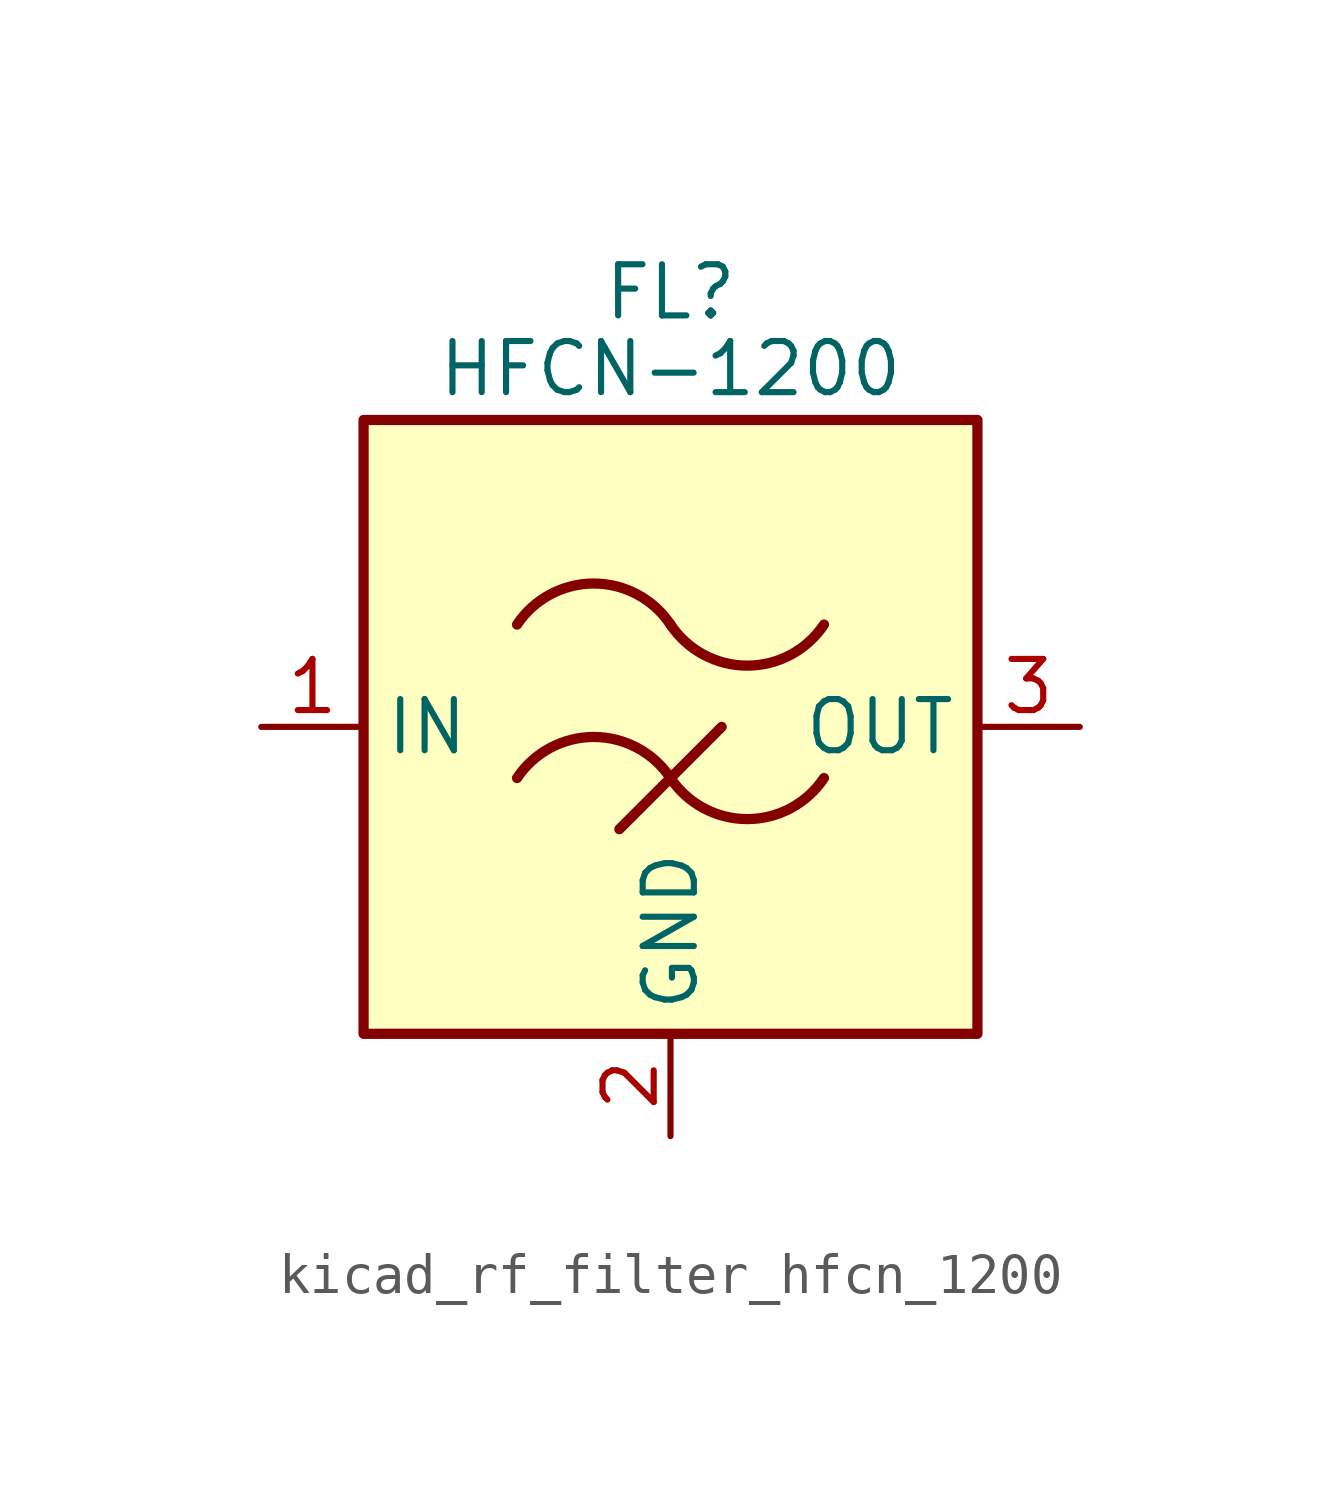
<source format=kicad_sym>
(kicad_symbol_lib
  (version 20220914)
  (generator kicad_symbol_editor)
  (symbol "kicad_rf_filter_hfcn_1200"
    (property "Reference" "FL"
      (at 0 10.795 0)
      (effects (font (size 1.27 1.27))))
    (property "Value" "HFCN-1200"
      (at 0 8.89 0)
      (effects (font (size 1.27 1.27))))
    (symbol "kicad_rf_filter_hfcn_1200_0_1"
      (rectangle (start -7.62 7.62) (end 7.62 -7.62) (stroke (width 0.254) (type default)) (fill (type background)))
      (arc (start 0 -1.27) (mid -1.905 -0.2505) (end -3.81 -1.27) (stroke (width 0.254) (type default)) (fill (type none)))
      (arc (start 0 -1.27) (mid 1.905 -2.2895) (end 3.81 -1.27) (stroke (width 0.254) (type default)) (fill (type none)))
      (polyline (pts (xy -1.27 -2.54) (xy 1.27 0)) (stroke (width 0.254) (type default)) (fill (type none)))
      (arc (start 0 2.54) (mid -1.905 3.5595) (end -3.81 2.54) (stroke (width 0.254) (type default)) (fill (type none)))
      (arc (start 0 2.54) (mid 1.905 1.5205) (end 3.81 2.54) (stroke (width 0.254) (type default)) (fill (type none))))
    (symbol "kicad_rf_filter_hfcn_1200_1_1"
      (pin passive line (at -10.16 0 0) (length 2.54) (name "IN" (effects (font (size 1.27 1.27)))) (number "1" (effects (font (size 1.27 1.27)))))
      (pin passive line (at 0 -10.16 90) (length 2.54) (name "GND" (effects (font (size 1.27 1.27)))) (number "2" (effects (font (size 1.27 1.27)))))
      (pin passive line (at 10.16 0 180) (length 2.54) (name "OUT" (effects (font (size 1.27 1.27)))) (number "3" (effects (font (size 1.27 1.27)))))
      (pin passive line (at 0 -10.16 90) (length 2.54) hide (name "GND" (effects (font (size 1.27 1.27)))) (number "4" (effects (font (size 1.27 1.27))))))))
</source>
